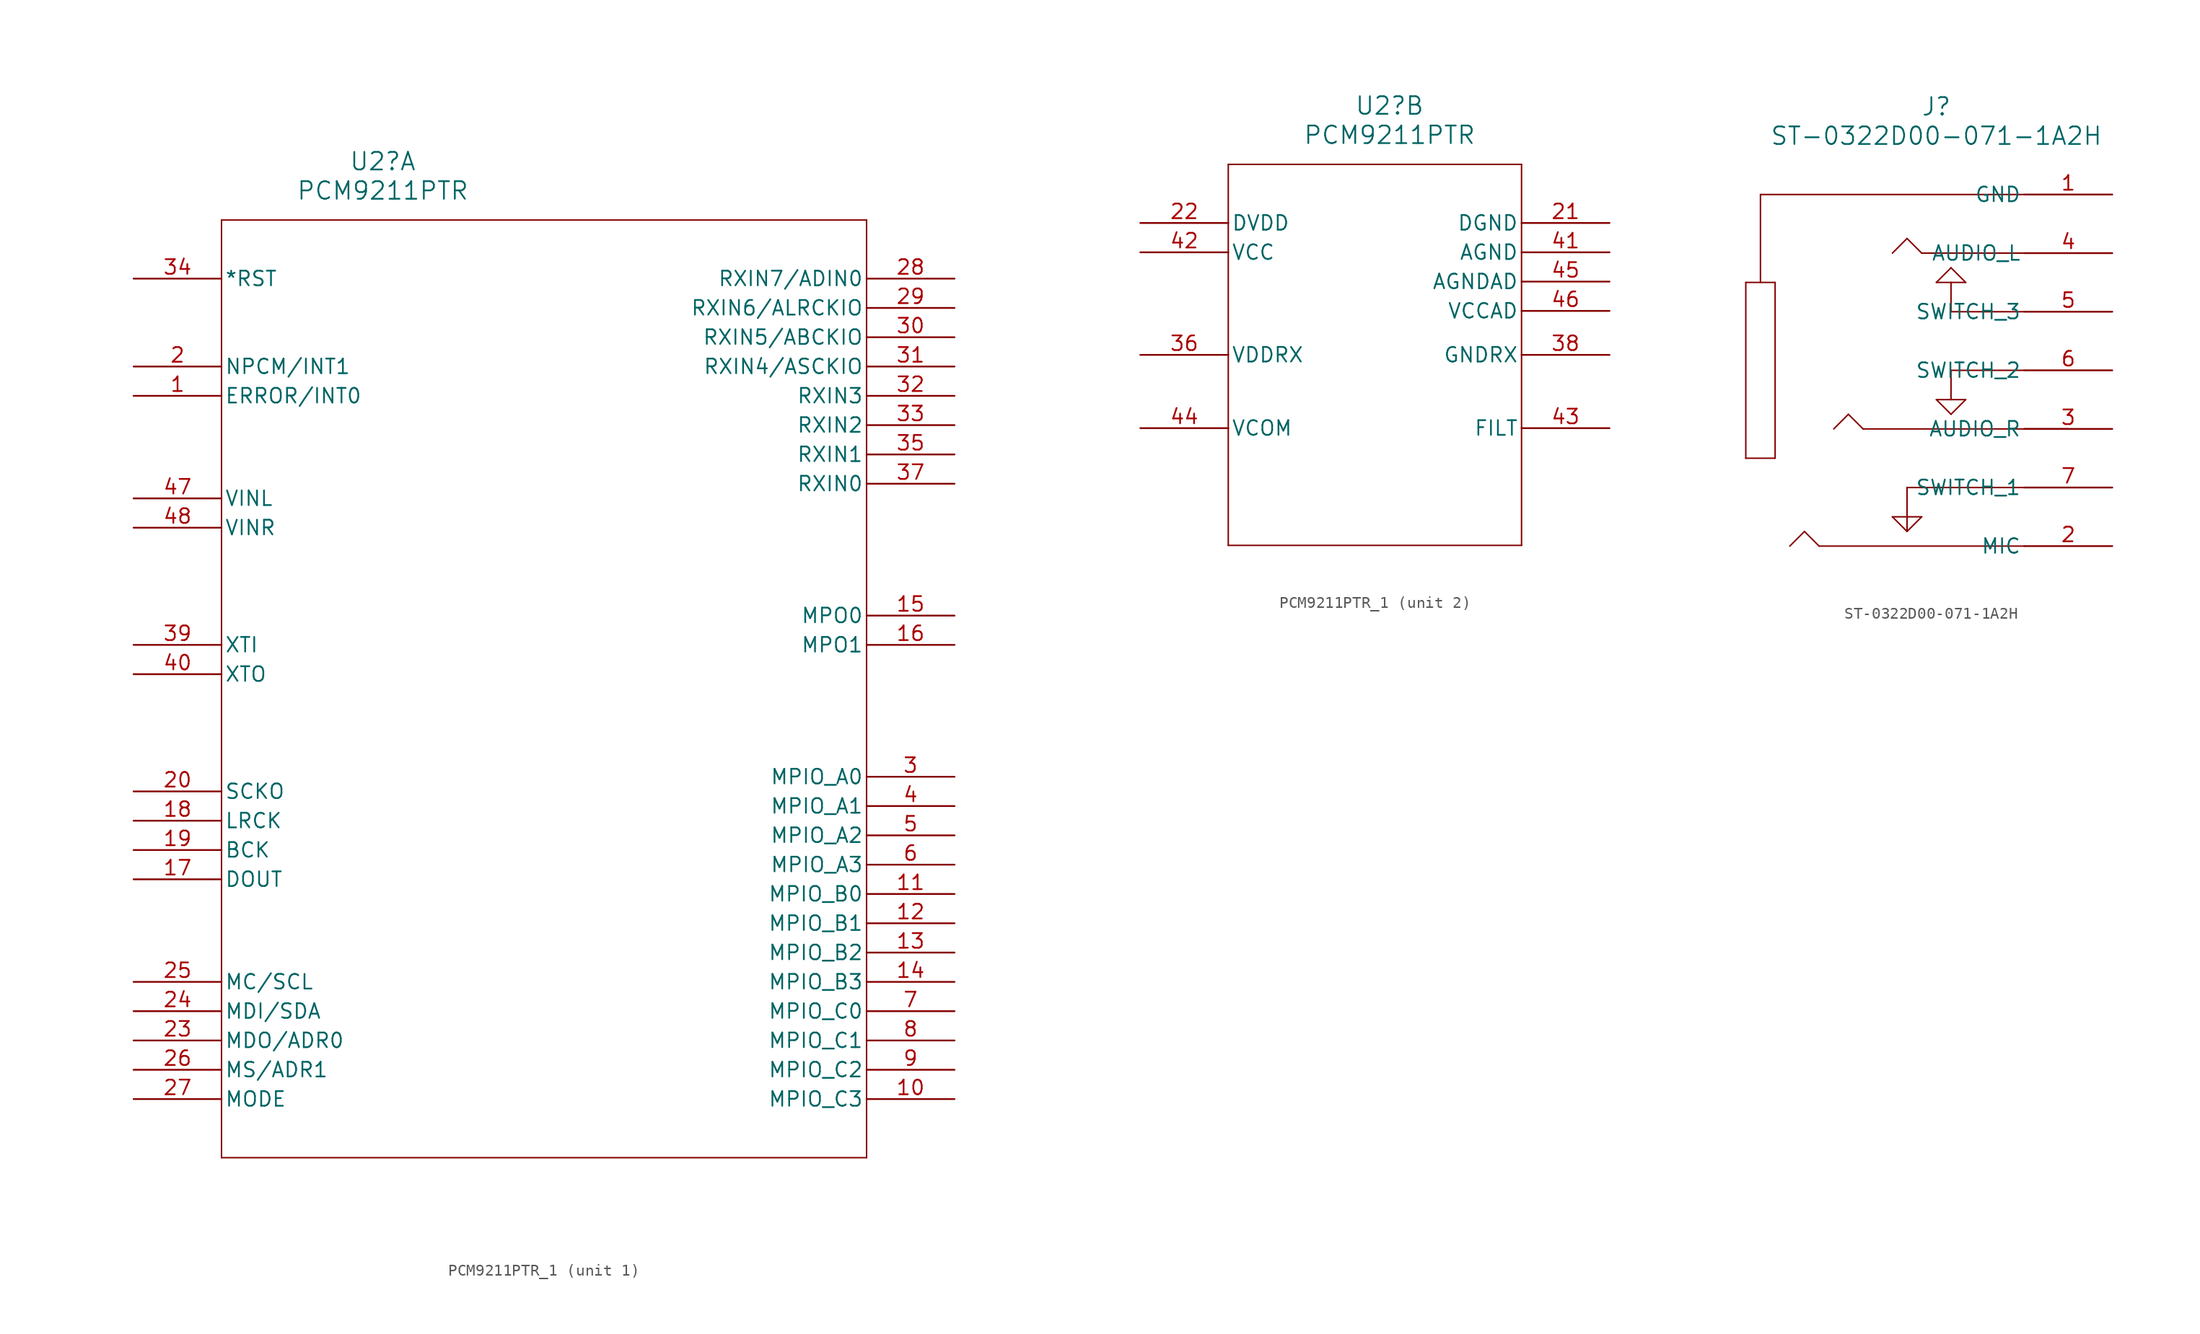
<source format=kicad_sym>
(kicad_symbol_lib
  (version 20220914)
  (generator kicad_symbol_editor)
  (symbol "PCM9211PTR_1"
    (pin_names
      (offset 0.254))
    (property "Reference" "U2"
      (at 21.59 10.16 0)
      (effects (font (size 1.524 1.524))))
    (property "Value" "PCM9211PTR"
      (at 21.59 7.62 0)
      (effects (font (size 1.524 1.524))))
    (property "ki_locked" ""
      (at 0 0 0)
      (effects (font (size 1.27 1.27))))
    (symbol "PCM9211PTR_1_1_1"
      (polyline (pts (xy 7.62 -76.2) (xy 63.5 -76.2)) (stroke (width 0.127) (type default)) (fill (type none)))
      (polyline (pts (xy 7.62 5.08) (xy 7.62 -76.2)) (stroke (width 0.127) (type default)) (fill (type none)))
      (polyline (pts (xy 63.5 -76.2) (xy 63.5 5.08)) (stroke (width 0.127) (type default)) (fill (type none)))
      (polyline (pts (xy 63.5 5.08) (xy 7.62 5.08)) (stroke (width 0.127) (type default)) (fill (type none)))
      (pin output line (at 0 -10.16 0) (length 7.62) (name "ERROR/INT0" (effects (font (size 1.27 1.27)))) (number "1" (effects (font (size 1.27 1.27)))))
      (pin bidirectional line (at 71.12 -71.12 180) (length 7.62) (name "MPIO_C3" (effects (font (size 1.27 1.27)))) (number "10" (effects (font (size 1.27 1.27)))))
      (pin bidirectional line (at 71.12 -53.34 180) (length 7.62) (name "MPIO_B0" (effects (font (size 1.27 1.27)))) (number "11" (effects (font (size 1.27 1.27)))))
      (pin bidirectional line (at 71.12 -55.88 180) (length 7.62) (name "MPIO_B1" (effects (font (size 1.27 1.27)))) (number "12" (effects (font (size 1.27 1.27)))))
      (pin bidirectional line (at 71.12 -58.42 180) (length 7.62) (name "MPIO_B2" (effects (font (size 1.27 1.27)))) (number "13" (effects (font (size 1.27 1.27)))))
      (pin bidirectional line (at 71.12 -60.96 180) (length 7.62) (name "MPIO_B3" (effects (font (size 1.27 1.27)))) (number "14" (effects (font (size 1.27 1.27)))))
      (pin output line (at 71.12 -29.21 180) (length 7.62) (name "MPO0" (effects (font (size 1.27 1.27)))) (number "15" (effects (font (size 1.27 1.27)))))
      (pin output line (at 71.12 -31.75 180) (length 7.62) (name "MPO1" (effects (font (size 1.27 1.27)))) (number "16" (effects (font (size 1.27 1.27)))))
      (pin output line (at 0 -52.07 0) (length 7.62) (name "DOUT" (effects (font (size 1.27 1.27)))) (number "17" (effects (font (size 1.27 1.27)))))
      (pin output line (at 0 -46.99 0) (length 7.62) (name "LRCK" (effects (font (size 1.27 1.27)))) (number "18" (effects (font (size 1.27 1.27)))))
      (pin output line (at 0 -49.53 0) (length 7.62) (name "BCK" (effects (font (size 1.27 1.27)))) (number "19" (effects (font (size 1.27 1.27)))))
      (pin output line (at 0 -7.62 0) (length 7.62) (name "NPCM/INT1" (effects (font (size 1.27 1.27)))) (number "2" (effects (font (size 1.27 1.27)))))
      (pin output line (at 0 -44.45 0) (length 7.62) (name "SCKO" (effects (font (size 1.27 1.27)))) (number "20" (effects (font (size 1.27 1.27)))))
      (pin bidirectional line (at 0 -66.04 0) (length 7.62) (name "MDO/ADR0" (effects (font (size 1.27 1.27)))) (number "23" (effects (font (size 1.27 1.27)))))
      (pin bidirectional line (at 0 -63.5 0) (length 7.62) (name "MDI/SDA" (effects (font (size 1.27 1.27)))) (number "24" (effects (font (size 1.27 1.27)))))
      (pin input line (at 0 -60.96 0) (length 7.62) (name "MC/SCL" (effects (font (size 1.27 1.27)))) (number "25" (effects (font (size 1.27 1.27)))))
      (pin input line (at 0 -68.58 0) (length 7.62) (name "MS/ADR1" (effects (font (size 1.27 1.27)))) (number "26" (effects (font (size 1.27 1.27)))))
      (pin input line (at 0 -71.12 0) (length 7.62) (name "MODE" (effects (font (size 1.27 1.27)))) (number "27" (effects (font (size 1.27 1.27)))))
      (pin input line (at 71.12 0 180) (length 7.62) (name "RXIN7/ADIN0" (effects (font (size 1.27 1.27)))) (number "28" (effects (font (size 1.27 1.27)))))
      (pin input line (at 71.12 -2.54 180) (length 7.62) (name "RXIN6/ALRCKIO" (effects (font (size 1.27 1.27)))) (number "29" (effects (font (size 1.27 1.27)))))
      (pin bidirectional line (at 71.12 -43.18 180) (length 7.62) (name "MPIO_A0" (effects (font (size 1.27 1.27)))) (number "3" (effects (font (size 1.27 1.27)))))
      (pin input line (at 71.12 -5.08 180) (length 7.62) (name "RXIN5/ABCKIO" (effects (font (size 1.27 1.27)))) (number "30" (effects (font (size 1.27 1.27)))))
      (pin input line (at 71.12 -7.62 180) (length 7.62) (name "RXIN4/ASCKIO" (effects (font (size 1.27 1.27)))) (number "31" (effects (font (size 1.27 1.27)))))
      (pin input line (at 71.12 -10.16 180) (length 7.62) (name "RXIN3" (effects (font (size 1.27 1.27)))) (number "32" (effects (font (size 1.27 1.27)))))
      (pin input line (at 71.12 -12.7 180) (length 7.62) (name "RXIN2" (effects (font (size 1.27 1.27)))) (number "33" (effects (font (size 1.27 1.27)))))
      (pin input line (at 0 0 0) (length 7.62) (name "*RST" (effects (font (size 1.27 1.27)))) (number "34" (effects (font (size 1.27 1.27)))))
      (pin input line (at 71.12 -15.24 180) (length 7.62) (name "RXIN1" (effects (font (size 1.27 1.27)))) (number "35" (effects (font (size 1.27 1.27)))))
      (pin input line (at 71.12 -17.78 180) (length 7.62) (name "RXIN0" (effects (font (size 1.27 1.27)))) (number "37" (effects (font (size 1.27 1.27)))))
      (pin input line (at 0 -31.75 0) (length 7.62) (name "XTI" (effects (font (size 1.27 1.27)))) (number "39" (effects (font (size 1.27 1.27)))))
      (pin bidirectional line (at 71.12 -45.72 180) (length 7.62) (name "MPIO_A1" (effects (font (size 1.27 1.27)))) (number "4" (effects (font (size 1.27 1.27)))))
      (pin output line (at 0 -34.29 0) (length 7.62) (name "XTO" (effects (font (size 1.27 1.27)))) (number "40" (effects (font (size 1.27 1.27)))))
      (pin input line (at 0 -19.05 0) (length 7.62) (name "VINL" (effects (font (size 1.27 1.27)))) (number "47" (effects (font (size 1.27 1.27)))))
      (pin input line (at 0 -21.59 0) (length 7.62) (name "VINR" (effects (font (size 1.27 1.27)))) (number "48" (effects (font (size 1.27 1.27)))))
      (pin bidirectional line (at 71.12 -48.26 180) (length 7.62) (name "MPIO_A2" (effects (font (size 1.27 1.27)))) (number "5" (effects (font (size 1.27 1.27)))))
      (pin bidirectional line (at 71.12 -50.8 180) (length 7.62) (name "MPIO_A3" (effects (font (size 1.27 1.27)))) (number "6" (effects (font (size 1.27 1.27)))))
      (pin bidirectional line (at 71.12 -63.5 180) (length 7.62) (name "MPIO_C0" (effects (font (size 1.27 1.27)))) (number "7" (effects (font (size 1.27 1.27)))))
      (pin bidirectional line (at 71.12 -66.04 180) (length 7.62) (name "MPIO_C1" (effects (font (size 1.27 1.27)))) (number "8" (effects (font (size 1.27 1.27)))))
      (pin bidirectional line (at 71.12 -68.58 180) (length 7.62) (name "MPIO_C2" (effects (font (size 1.27 1.27)))) (number "9" (effects (font (size 1.27 1.27))))))
    (symbol "PCM9211PTR_1_2_1"
      (polyline (pts (xy 7.62 -27.94) (xy 33.02 -27.94)) (stroke (width 0.127) (type default)) (fill (type none)))
      (polyline (pts (xy 7.62 5.08) (xy 7.62 -27.94)) (stroke (width 0.127) (type default)) (fill (type none)))
      (polyline (pts (xy 33.02 -27.94) (xy 33.02 5.08)) (stroke (width 0.127) (type default)) (fill (type none)))
      (polyline (pts (xy 33.02 5.08) (xy 7.62 5.08)) (stroke (width 0.127) (type default)) (fill (type none)))
      (pin power_in line (at 40.64 0 180) (length 7.62) (name "DGND" (effects (font (size 1.27 1.27)))) (number "21" (effects (font (size 1.27 1.27)))))
      (pin power_in line (at 0 0 0) (length 7.62) (name "DVDD" (effects (font (size 1.27 1.27)))) (number "22" (effects (font (size 1.27 1.27)))))
      (pin power_in line (at 0 -11.43 0) (length 7.62) (name "VDDRX" (effects (font (size 1.27 1.27)))) (number "36" (effects (font (size 1.27 1.27)))))
      (pin power_in line (at 40.64 -11.43 180) (length 7.62) (name "GNDRX" (effects (font (size 1.27 1.27)))) (number "38" (effects (font (size 1.27 1.27)))))
      (pin power_in line (at 40.64 -2.54 180) (length 7.62) (name "AGND" (effects (font (size 1.27 1.27)))) (number "41" (effects (font (size 1.27 1.27)))))
      (pin power_in line (at 0 -2.54 0) (length 7.62) (name "VCC" (effects (font (size 1.27 1.27)))) (number "42" (effects (font (size 1.27 1.27)))))
      (pin output line (at 40.64 -17.78 180) (length 7.62) (name "FILT" (effects (font (size 1.27 1.27)))) (number "43" (effects (font (size 1.27 1.27)))))
      (pin output line (at 0 -17.78 0) (length 7.62) (name "VCOM" (effects (font (size 1.27 1.27)))) (number "44" (effects (font (size 1.27 1.27)))))
      (pin power_in line (at 40.64 -5.08 180) (length 7.62) (name "AGNDAD" (effects (font (size 1.27 1.27)))) (number "45" (effects (font (size 1.27 1.27)))))
      (pin power_in line (at 40.64 -7.62 180) (length 7.62) (name "VCCAD" (effects (font (size 1.27 1.27)))) (number "46" (effects (font (size 1.27 1.27)))))))
  (symbol "ST-0322D00-071-1A2H"
    (pin_names
      (offset 0.254))
    (property "Reference" "J"
      (at -15.24 7.62 0)
      (effects (font (size 1.524 1.524))))
    (property "Value" "ST-0322D00-071-1A2H"
      (at -15.24 5.08 0)
      (effects (font (size 1.524 1.524))))
    (property "ki_locked" ""
      (at 0 0 0)
      (effects (font (size 1.27 1.27))))
    (symbol "ST-0322D00-071-1A2H_0_1"
      (polyline (pts (xy -31.75 -22.86) (xy -31.75 -7.62)) (stroke (width 0.127) (type default)) (fill (type none)))
      (polyline (pts (xy -31.75 -7.62) (xy -29.21 -7.62)) (stroke (width 0.127) (type default)) (fill (type none)))
      (polyline (pts (xy -30.48 0) (xy -30.48 -7.62)) (stroke (width 0.127) (type default)) (fill (type none)))
      (polyline (pts (xy -29.21 -22.86) (xy -31.75 -22.86)) (stroke (width 0.127) (type default)) (fill (type none)))
      (polyline (pts (xy -29.21 -7.62) (xy -29.21 -22.86)) (stroke (width 0.127) (type default)) (fill (type none)))
      (polyline (pts (xy -26.67 -29.21) (xy -27.94 -30.48)) (stroke (width 0.127) (type default)) (fill (type none)))
      (polyline (pts (xy -26.67 -29.21) (xy -25.4 -30.48)) (stroke (width 0.127) (type default)) (fill (type none)))
      (polyline (pts (xy -22.86 -19.05) (xy -24.13 -20.32)) (stroke (width 0.127) (type default)) (fill (type none)))
      (polyline (pts (xy -22.86 -19.05) (xy -21.59 -20.32)) (stroke (width 0.127) (type default)) (fill (type none)))
      (polyline (pts (xy -19.05 -27.94) (xy -17.78 -27.94)) (stroke (width 0.127) (type default)) (fill (type none)))
      (polyline (pts (xy -17.78 -29.21) (xy -19.05 -27.94)) (stroke (width 0.127) (type default)) (fill (type none)))
      (polyline (pts (xy -17.78 -29.21) (xy -16.51 -27.94)) (stroke (width 0.127) (type default)) (fill (type none)))
      (polyline (pts (xy -17.78 -27.94) (xy -16.51 -27.94)) (stroke (width 0.127) (type default)) (fill (type none)))
      (polyline (pts (xy -17.78 -25.4) (xy -17.78 -29.21)) (stroke (width 0.127) (type default)) (fill (type none)))
      (polyline (pts (xy -17.78 -3.81) (xy -19.05 -5.08)) (stroke (width 0.127) (type default)) (fill (type none)))
      (polyline (pts (xy -17.78 -3.81) (xy -16.51 -5.08)) (stroke (width 0.127) (type default)) (fill (type none)))
      (polyline (pts (xy -15.24 -7.62) (xy -13.97 -6.35)) (stroke (width 0.127) (type default)) (fill (type none)))
      (polyline (pts (xy -13.97 -19.05) (xy -15.24 -17.78)) (stroke (width 0.127) (type default)) (fill (type none)))
      (polyline (pts (xy -13.97 -17.78) (xy -15.24 -17.78)) (stroke (width 0.127) (type default)) (fill (type none)))
      (polyline (pts (xy -13.97 -17.78) (xy -12.7 -17.78)) (stroke (width 0.127) (type default)) (fill (type none)))
      (polyline (pts (xy -13.97 -15.24) (xy -13.97 -17.78)) (stroke (width 0.127) (type default)) (fill (type none)))
      (polyline (pts (xy -13.97 -10.16) (xy -13.97 -7.62)) (stroke (width 0.127) (type default)) (fill (type none)))
      (polyline (pts (xy -13.97 -7.62) (xy -15.24 -7.62)) (stroke (width 0.127) (type default)) (fill (type none)))
      (polyline (pts (xy -13.97 -7.62) (xy -12.7 -7.62)) (stroke (width 0.127) (type default)) (fill (type none)))
      (polyline (pts (xy -12.7 -17.78) (xy -13.97 -19.05)) (stroke (width 0.127) (type default)) (fill (type none)))
      (polyline (pts (xy -12.7 -7.62) (xy -13.97 -6.35)) (stroke (width 0.127) (type default)) (fill (type none)))
      (polyline (pts (xy -7.62 -30.48) (xy -25.4 -30.48)) (stroke (width 0.127) (type default)) (fill (type none)))
      (polyline (pts (xy -7.62 -25.4) (xy -17.78 -25.4)) (stroke (width 0.127) (type default)) (fill (type none)))
      (polyline (pts (xy -7.62 -15.24) (xy -13.97 -15.24)) (stroke (width 0.127) (type default)) (fill (type none)))
      (polyline (pts (xy -7.62 -10.16) (xy -13.97 -10.16)) (stroke (width 0.127) (type default)) (fill (type none)))
      (polyline (pts (xy -7.62 -5.08) (xy -16.51 -5.08)) (stroke (width 0.127) (type default)) (fill (type none)))
      (polyline (pts (xy -7.62 0) (xy -30.48 0)) (stroke (width 0.127) (type default)) (fill (type none)))
      (polyline (pts (xy -3.81 -20.32) (xy -21.59 -20.32)) (stroke (width 0.127) (type default)) (fill (type none)))
      (pin power_out line (at 0 0 180) (length 7.62) (name "GND" (effects (font (size 1.27 1.27)))) (number "1" (effects (font (size 1.27 1.27)))))
      (pin unspecified line (at 0 -30.48 180) (length 7.62) (name "MIC" (effects (font (size 1.27 1.27)))) (number "2" (effects (font (size 1.27 1.27)))))
      (pin unspecified line (at 0 -20.32 180) (length 7.62) (name "AUDIO_R" (effects (font (size 1.27 1.27)))) (number "3" (effects (font (size 1.27 1.27)))))
      (pin unspecified line (at 0 -5.08 180) (length 7.62) (name "AUDIO_L" (effects (font (size 1.27 1.27)))) (number "4" (effects (font (size 1.27 1.27)))))
      (pin unspecified line (at 0 -10.16 180) (length 7.62) (name "SWITCH_3" (effects (font (size 1.27 1.27)))) (number "5" (effects (font (size 1.27 1.27)))))
      (pin bidirectional line (at 0 -15.24 180) (length 7.62) (name "SWITCH_2" (effects (font (size 1.27 1.27)))) (number "6" (effects (font (size 1.27 1.27)))))
      (pin bidirectional line (at 0 -25.4 180) (length 7.62) (name "SWITCH_1" (effects (font (size 1.27 1.27)))) (number "7" (effects (font (size 1.27 1.27))))))))
</source>
